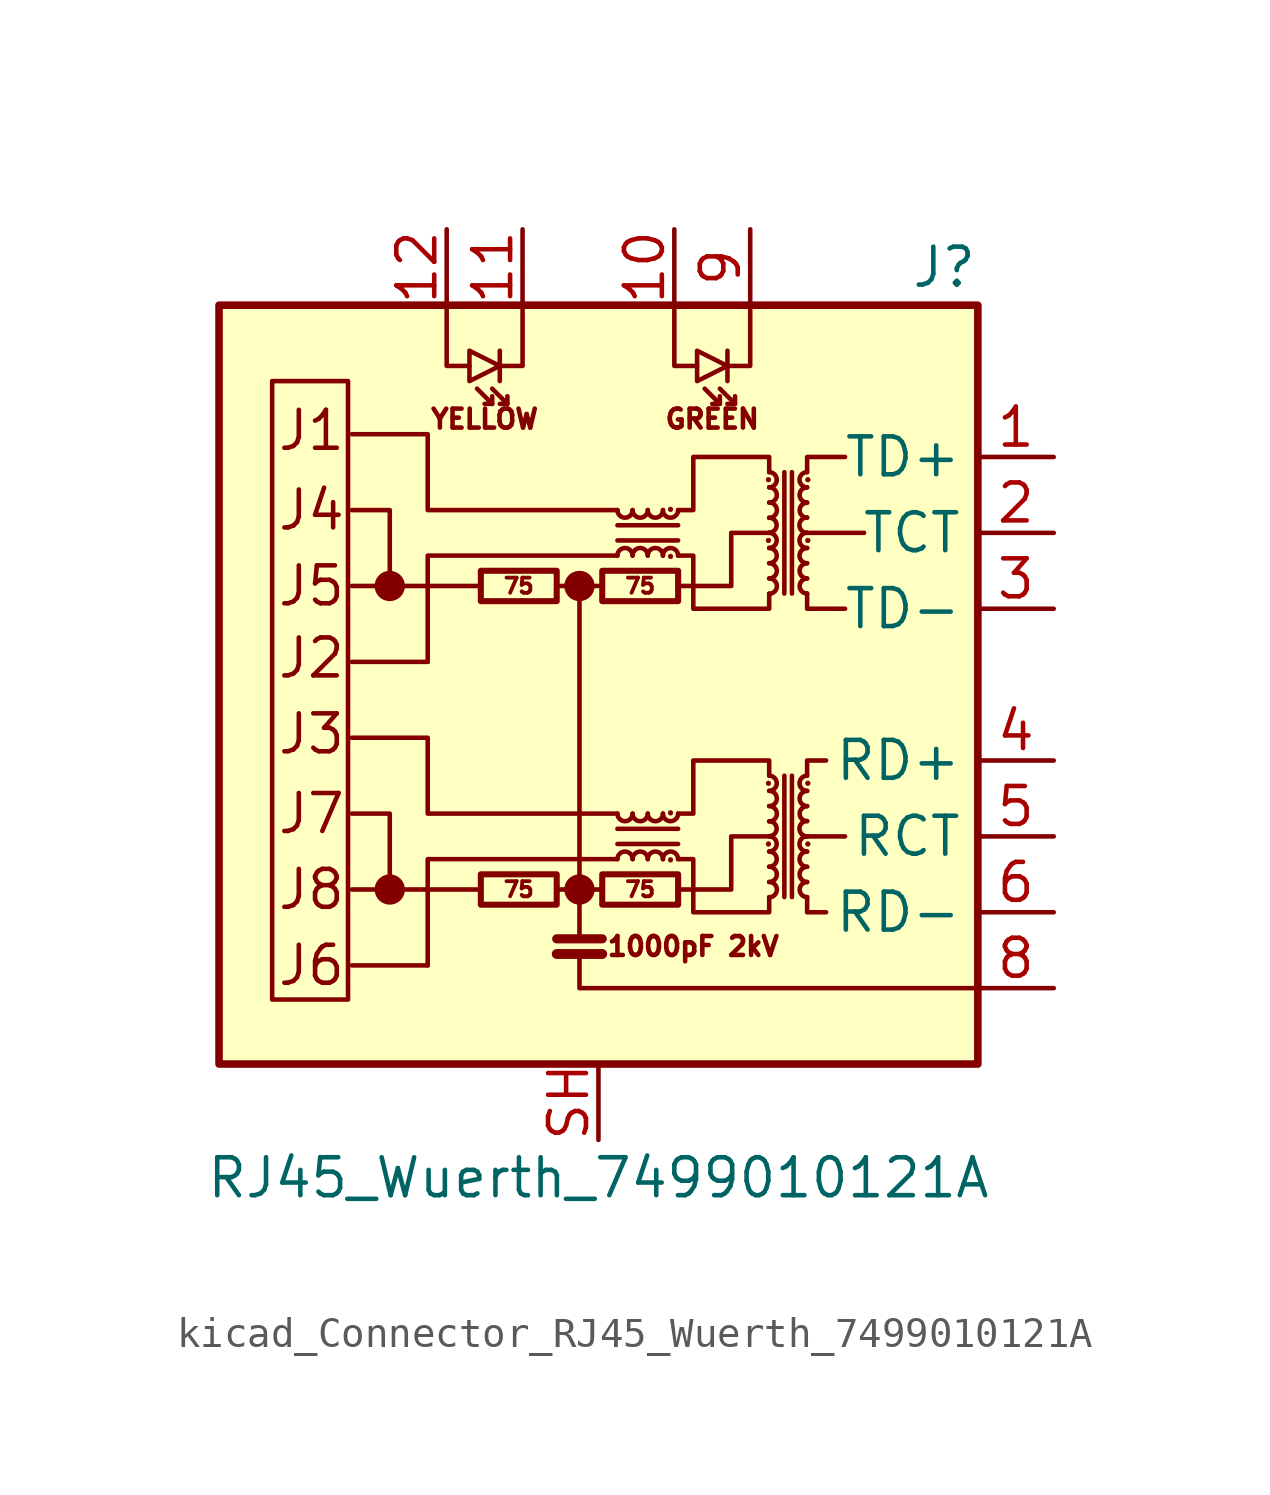
<source format=kicad_sym>
(kicad_symbol_lib
  (version 20220914)
  (generator kicad_symbol_editor)
  (symbol "kicad_Connector_RJ45_Wuerth_7499010121A"
    (property "Reference" "J"
      (at 12.7 13.97 0)
      (effects (font (size 1.27 1.27)) (justify right)))
    (property "Value" "RJ45_Wuerth_7499010121A"
      (at 0 -16.51 0)
      (effects (font (size 1.27 1.27))))
    (symbol "kicad_Connector_RJ45_Wuerth_7499010121A_0_0"
      (rectangle (start -12.7 12.7) (end 12.7 -12.7) (stroke (width 0.254) (type default)) (fill (type background)))
      (circle (center -6.985 -6.858) (radius 0.0001) (stroke (width 0.508) (type default)) (fill (type none)))
      (circle (center -6.985 3.302) (radius 0.0001) (stroke (width 0.508) (type default)) (fill (type none)))
      (circle (center -0.635 -6.858) (radius 0.0001) (stroke (width 0.508) (type default)) (fill (type none)))
      (circle (center -0.635 3.302) (radius 0.0001) (stroke (width 0.508) (type default)) (fill (type none)))
      (polyline (pts (xy -3.937 -6.858) (xy -8.255 -6.858)) (stroke (width 0) (type default)) (fill (type none)))
      (polyline (pts (xy -3.937 3.302) (xy -8.255 3.302)) (stroke (width 0) (type default)) (fill (type none)))
      (polyline (pts (xy 8.255 -5.08) (xy 6.985 -5.08)) (stroke (width 0) (type default)) (fill (type none)))
      (polyline (pts (xy 8.89 5.08) (xy 6.985 5.08)) (stroke (width 0) (type default)) (fill (type none)))
      (polyline (pts (xy -0.635 -9.017) (xy -0.635 -10.16) (xy 12.7 -10.16)) (stroke (width 0) (type default)) (fill (type none)))
      (polyline (pts (xy 0.635 -4.318) (xy -5.715 -4.318) (xy -5.715 -1.778) (xy -8.255 -1.778)) (stroke (width 0) (type default)) (fill (type none)))
      (polyline (pts (xy 0.635 5.842) (xy -5.715 5.842) (xy -5.715 8.382) (xy -8.255 8.382)) (stroke (width 0) (type default)) (fill (type none)))
      (polyline (pts (xy 2.667 -6.858) (xy 4.445 -6.858) (xy 4.445 -5.08) (xy 5.715 -5.08)) (stroke (width 0) (type default)) (fill (type none)))
      (polyline (pts (xy 2.667 3.302) (xy 4.445 3.302) (xy 4.445 5.08) (xy 5.715 5.08)) (stroke (width 0) (type default)) (fill (type none)))
      (text "1000pF 2kV" (at 3.175 -8.763 0) (effects (font (size 0.635 0.635))))
      (text "GREEN" (at 3.81 8.89 0) (effects (font (size 0.635 0.635))))
      (text "J1" (at -10.795 8.509 0) (effects (font (size 1.27 1.27)) (justify left)))
      (text "J2" (at -10.795 0.889 0) (effects (font (size 1.27 1.27)) (justify left)))
      (text "J3" (at -10.795 -1.651 0) (effects (font (size 1.27 1.27)) (justify left)))
      (text "J4" (at -10.795 5.842 0) (effects (font (size 1.27 1.27)) (justify left)))
      (text "J5" (at -10.795 3.302 0) (effects (font (size 1.27 1.27)) (justify left)))
      (text "J6" (at -10.795 -9.398 0) (effects (font (size 1.27 1.27)) (justify left)))
      (text "J7" (at -10.795 -4.318 0) (effects (font (size 1.27 1.27)) (justify left)))
      (text "J8" (at -10.795 -6.858 0) (effects (font (size 1.27 1.27)) (justify left)))
      (text "YELLOW" (at -3.81 8.89 0) (effects (font (size 0.635 0.635)))))
    (symbol "kicad_Connector_RJ45_Wuerth_7499010121A_0_1"
      (rectangle (start -8.382 -10.541) (end -10.922 10.16) (stroke (width 0) (type default)) (fill (type none)))
      (rectangle (start -3.937 -7.366) (end -1.397 -6.35) (stroke (width 0.203) (type default)) (fill (type none)))
      (rectangle (start -3.937 2.794) (end -1.397 3.81) (stroke (width 0.203) (type default)) (fill (type none)))
      (polyline (pts (xy -5.715 -9.398) (xy -8.255 -9.398)) (stroke (width 0) (type default)) (fill (type none)))
      (polyline (pts (xy -5.715 0.762) (xy -8.255 0.762)) (stroke (width 0) (type default)) (fill (type none)))
      (polyline (pts (xy -3.556 9.398) (xy -4.064 9.906)) (stroke (width 0) (type default)) (fill (type none)))
      (polyline (pts (xy -3.302 11.176) (xy -3.302 10.16)) (stroke (width 0) (type default)) (fill (type none)))
      (polyline (pts (xy -3.048 9.398) (xy -3.556 9.906)) (stroke (width 0) (type default)) (fill (type none)))
      (polyline (pts (xy -1.397 -9.017) (xy 0.127 -9.017)) (stroke (width 0.33) (type default)) (fill (type none)))
      (polyline (pts (xy -1.397 -8.509) (xy 0.127 -8.509)) (stroke (width 0.305) (type default)) (fill (type none)))
      (polyline (pts (xy -0.635 3.302) (xy -1.397 3.302)) (stroke (width 0) (type default)) (fill (type none)))
      (polyline (pts (xy 0.127 -6.858) (xy -1.397 -6.858)) (stroke (width 0) (type default)) (fill (type none)))
      (polyline (pts (xy 0.635 -5.334) (xy 2.667 -5.334)) (stroke (width 0) (type default)) (fill (type none)))
      (polyline (pts (xy 0.635 4.826) (xy 2.667 4.826)) (stroke (width 0) (type default)) (fill (type none)))
      (polyline (pts (xy 2.667 -4.826) (xy 0.635 -4.826)) (stroke (width 0) (type default)) (fill (type none)))
      (polyline (pts (xy 2.667 5.334) (xy 0.635 5.334)) (stroke (width 0) (type default)) (fill (type none)))
      (polyline (pts (xy 4.064 9.398) (xy 3.556 9.906)) (stroke (width 0) (type default)) (fill (type none)))
      (polyline (pts (xy 4.318 11.176) (xy 4.318 10.16)) (stroke (width 0) (type default)) (fill (type none)))
      (polyline (pts (xy 4.572 9.398) (xy 4.064 9.906)) (stroke (width 0) (type default)) (fill (type none)))
      (polyline (pts (xy 6.223 -3.048) (xy 6.223 -7.112)) (stroke (width 0) (type default)) (fill (type none)))
      (polyline (pts (xy 6.223 7.112) (xy 6.223 3.048)) (stroke (width 0) (type default)) (fill (type none)))
      (polyline (pts (xy 6.477 -7.112) (xy 6.477 -3.048)) (stroke (width 0) (type default)) (fill (type none)))
      (polyline (pts (xy 6.477 3.048) (xy 6.477 7.112)) (stroke (width 0) (type default)) (fill (type none)))
      (polyline (pts (xy -6.985 -6.858) (xy -6.985 -4.318) (xy -8.255 -4.318)) (stroke (width 0) (type default)) (fill (type none)))
      (polyline (pts (xy -6.985 3.302) (xy -6.985 5.842) (xy -8.255 5.842)) (stroke (width 0) (type default)) (fill (type none)))
      (polyline (pts (xy -5.08 12.7) (xy -5.08 10.668) (xy -4.318 10.668)) (stroke (width 0) (type default)) (fill (type none)))
      (polyline (pts (xy -3.556 9.652) (xy -3.556 9.398) (xy -3.81 9.398)) (stroke (width 0) (type default)) (fill (type none)))
      (polyline (pts (xy -3.048 9.652) (xy -3.048 9.398) (xy -3.302 9.398)) (stroke (width 0) (type default)) (fill (type none)))
      (polyline (pts (xy -2.54 12.7) (xy -2.54 10.668) (xy -3.302 10.668)) (stroke (width 0) (type default)) (fill (type none)))
      (polyline (pts (xy -0.635 -8.509) (xy -0.635 3.302) (xy 0 3.302)) (stroke (width 0) (type default)) (fill (type none)))
      (polyline (pts (xy 0.635 -5.842) (xy -5.715 -5.842) (xy -5.715 -9.398)) (stroke (width 0) (type default)) (fill (type none)))
      (polyline (pts (xy 0.635 4.318) (xy -5.715 4.318) (xy -5.715 0.762)) (stroke (width 0) (type default)) (fill (type none)))
      (polyline (pts (xy 2.54 12.7) (xy 2.54 10.668) (xy 3.302 10.668)) (stroke (width 0) (type default)) (fill (type none)))
      (polyline (pts (xy 4.064 9.652) (xy 4.064 9.398) (xy 3.81 9.398)) (stroke (width 0) (type default)) (fill (type none)))
      (polyline (pts (xy 4.572 9.652) (xy 4.572 9.398) (xy 4.318 9.398)) (stroke (width 0) (type default)) (fill (type none)))
      (polyline (pts (xy 5.08 12.7) (xy 5.08 10.668) (xy 4.318 10.668)) (stroke (width 0) (type default)) (fill (type none)))
      (polyline (pts (xy 6.985 -7.112) (xy 6.985 -7.62) (xy 7.62 -7.62)) (stroke (width 0) (type default)) (fill (type none)))
      (polyline (pts (xy 6.985 -3.048) (xy 6.985 -2.54) (xy 7.62 -2.54)) (stroke (width 0) (type default)) (fill (type none)))
      (polyline (pts (xy 6.985 3.048) (xy 6.985 2.54) (xy 8.255 2.54)) (stroke (width 0) (type default)) (fill (type none)))
      (polyline (pts (xy 6.985 7.112) (xy 6.985 7.62) (xy 8.255 7.62)) (stroke (width 0) (type default)) (fill (type none)))
      (polyline (pts (xy -3.302 10.668) (xy -4.318 11.176) (xy -4.318 10.16) (xy -3.302 10.668)) (stroke (width 0) (type default)) (fill (type none)))
      (polyline (pts (xy 4.318 10.668) (xy 3.302 11.176) (xy 3.302 10.16) (xy 4.318 10.668)) (stroke (width 0) (type default)) (fill (type none)))
      (polyline (pts (xy 2.667 -4.318) (xy 3.175 -4.318) (xy 3.175 -2.54) (xy 5.715 -2.54) (xy 5.715 -3.048)) (stroke (width 0) (type default)) (fill (type none)))
      (polyline (pts (xy 2.667 5.842) (xy 3.175 5.842) (xy 3.175 7.62) (xy 5.715 7.62) (xy 5.715 7.112)) (stroke (width 0) (type default)) (fill (type none)))
      (polyline (pts (xy 5.715 -7.112) (xy 5.715 -7.62) (xy 3.175 -7.62) (xy 3.175 -5.842) (xy 2.667 -5.842)) (stroke (width 0) (type default)) (fill (type none)))
      (polyline (pts (xy 5.715 3.048) (xy 5.715 2.54) (xy 3.175 2.54) (xy 3.175 4.318) (xy 2.667 4.318)) (stroke (width 0) (type default)) (fill (type none)))
      (rectangle (start 0.127 -7.366) (end 2.667 -6.35) (stroke (width 0.203) (type default)) (fill (type none)))
      (rectangle (start 0.127 2.794) (end 2.667 3.81) (stroke (width 0.203) (type default)) (fill (type none)))
      (arc (start 0.635 -4.318) (mid 0.889 -4.5709) (end 1.143 -4.318) (stroke (width 0) (type default)) (fill (type none)))
      (arc (start 0.635 5.842) (mid 0.889 5.5891) (end 1.143 5.842) (stroke (width 0) (type default)) (fill (type none)))
      (arc (start 1.143 -5.842) (mid 0.889 -5.5891) (end 0.635 -5.842) (stroke (width 0) (type default)) (fill (type none)))
      (arc (start 1.143 -4.318) (mid 1.397 -4.5709) (end 1.651 -4.318) (stroke (width 0) (type default)) (fill (type none)))
      (arc (start 1.143 4.318) (mid 0.889 4.5709) (end 0.635 4.318) (stroke (width 0) (type default)) (fill (type none)))
      (arc (start 1.143 5.842) (mid 1.397 5.5891) (end 1.651 5.842) (stroke (width 0) (type default)) (fill (type none)))
      (arc (start 1.651 -5.842) (mid 1.397 -5.5891) (end 1.143 -5.842) (stroke (width 0) (type default)) (fill (type none)))
      (arc (start 1.651 -4.318) (mid 1.905 -4.5709) (end 2.159 -4.318) (stroke (width 0) (type default)) (fill (type none)))
      (arc (start 1.651 4.318) (mid 1.397 4.5709) (end 1.143 4.318) (stroke (width 0) (type default)) (fill (type none)))
      (arc (start 1.651 5.842) (mid 1.905 5.5891) (end 2.159 5.842) (stroke (width 0) (type default)) (fill (type none)))
      (arc (start 2.159 -5.842) (mid 1.905 -5.5891) (end 1.651 -5.842) (stroke (width 0) (type default)) (fill (type none)))
      (arc (start 2.159 -4.318) (mid 2.413 -4.5709) (end 2.667 -4.318) (stroke (width 0) (type default)) (fill (type none)))
      (arc (start 2.159 4.318) (mid 1.905 4.5709) (end 1.651 4.318) (stroke (width 0) (type default)) (fill (type none)))
      (arc (start 2.159 5.842) (mid 2.413 5.5891) (end 2.667 5.842) (stroke (width 0) (type default)) (fill (type none)))
      (circle (center 2.413 -5.867) (radius 0.076) (stroke (width 0.025) (type default)) (fill (type outline)))
      (circle (center 2.413 -4.293) (radius 0.076) (stroke (width 0.025) (type default)) (fill (type outline)))
      (circle (center 2.413 4.293) (radius 0.076) (stroke (width 0.025) (type default)) (fill (type outline)))
      (circle (center 2.413 5.867) (radius 0.076) (stroke (width 0.025) (type default)) (fill (type outline)))
      (arc (start 2.667 -5.842) (mid 2.413 -5.5891) (end 2.159 -5.842) (stroke (width 0) (type default)) (fill (type none)))
      (arc (start 2.667 4.318) (mid 2.413 4.5709) (end 2.159 4.318) (stroke (width 0) (type default)) (fill (type none)))
      (circle (center 5.69 -5.334) (radius 0.076) (stroke (width 0.025) (type default)) (fill (type outline)))
      (circle (center 5.69 -3.302) (radius 0.076) (stroke (width 0.025) (type default)) (fill (type outline)))
      (circle (center 5.69 4.826) (radius 0.076) (stroke (width 0.025) (type default)) (fill (type outline)))
      (circle (center 5.69 6.858) (radius 0.076) (stroke (width 0.025) (type default)) (fill (type outline)))
      (arc (start 5.715 -7.112) (mid 5.9679 -6.858) (end 5.715 -6.604) (stroke (width 0) (type default)) (fill (type none)))
      (arc (start 5.715 -6.604) (mid 5.9679 -6.35) (end 5.715 -6.096) (stroke (width 0) (type default)) (fill (type none)))
      (arc (start 5.715 -6.096) (mid 5.9679 -5.842) (end 5.715 -5.588) (stroke (width 0) (type default)) (fill (type none)))
      (arc (start 5.715 -5.588) (mid 5.9679 -5.334) (end 5.715 -5.08) (stroke (width 0) (type default)) (fill (type none)))
      (arc (start 5.715 -5.08) (mid 5.9679 -4.826) (end 5.715 -4.572) (stroke (width 0) (type default)) (fill (type none)))
      (arc (start 5.715 -4.572) (mid 5.9679 -4.318) (end 5.715 -4.064) (stroke (width 0) (type default)) (fill (type none)))
      (arc (start 5.715 -4.064) (mid 5.9679 -3.81) (end 5.715 -3.556) (stroke (width 0) (type default)) (fill (type none)))
      (arc (start 5.715 -3.556) (mid 5.9679 -3.302) (end 5.715 -3.048) (stroke (width 0) (type default)) (fill (type none)))
      (arc (start 5.715 3.048) (mid 5.9679 3.302) (end 5.715 3.556) (stroke (width 0) (type default)) (fill (type none)))
      (arc (start 5.715 3.556) (mid 5.9679 3.81) (end 5.715 4.064) (stroke (width 0) (type default)) (fill (type none)))
      (arc (start 5.715 4.064) (mid 5.9679 4.318) (end 5.715 4.572) (stroke (width 0) (type default)) (fill (type none)))
      (arc (start 5.715 4.572) (mid 5.9679 4.826) (end 5.715 5.08) (stroke (width 0) (type default)) (fill (type none)))
      (arc (start 5.715 5.08) (mid 5.9679 5.334) (end 5.715 5.588) (stroke (width 0) (type default)) (fill (type none)))
      (arc (start 5.715 5.588) (mid 5.9679 5.842) (end 5.715 6.096) (stroke (width 0) (type default)) (fill (type none)))
      (arc (start 5.715 6.096) (mid 5.9679 6.35) (end 5.715 6.604) (stroke (width 0) (type default)) (fill (type none)))
      (arc (start 5.715 6.604) (mid 5.9679 6.858) (end 5.715 7.112) (stroke (width 0) (type default)) (fill (type none)))
      (arc (start 6.985 -6.604) (mid 6.7321 -6.858) (end 6.985 -7.112) (stroke (width 0) (type default)) (fill (type none)))
      (arc (start 6.985 -6.096) (mid 6.7321 -6.35) (end 6.985 -6.604) (stroke (width 0) (type default)) (fill (type none)))
      (arc (start 6.985 -5.588) (mid 6.7321 -5.842) (end 6.985 -6.096) (stroke (width 0) (type default)) (fill (type none)))
      (arc (start 6.985 -5.08) (mid 6.7321 -5.334) (end 6.985 -5.588) (stroke (width 0) (type default)) (fill (type none)))
      (arc (start 6.985 -4.572) (mid 6.7321 -4.826) (end 6.985 -5.08) (stroke (width 0) (type default)) (fill (type none)))
      (arc (start 6.985 -4.064) (mid 6.7321 -4.318) (end 6.985 -4.572) (stroke (width 0) (type default)) (fill (type none)))
      (arc (start 6.985 -3.556) (mid 6.7321 -3.81) (end 6.985 -4.064) (stroke (width 0) (type default)) (fill (type none)))
      (arc (start 6.985 -3.048) (mid 6.7321 -3.302) (end 6.985 -3.556) (stroke (width 0) (type default)) (fill (type none)))
      (arc (start 6.985 3.556) (mid 6.7321 3.302) (end 6.985 3.048) (stroke (width 0) (type default)) (fill (type none)))
      (arc (start 6.985 4.064) (mid 6.7321 3.81) (end 6.985 3.556) (stroke (width 0) (type default)) (fill (type none)))
      (arc (start 6.985 4.572) (mid 6.7321 4.318) (end 6.985 4.064) (stroke (width 0) (type default)) (fill (type none)))
      (arc (start 6.985 5.08) (mid 6.7321 4.826) (end 6.985 4.572) (stroke (width 0) (type default)) (fill (type none)))
      (arc (start 6.985 5.588) (mid 6.7321 5.334) (end 6.985 5.08) (stroke (width 0) (type default)) (fill (type none)))
      (arc (start 6.985 6.096) (mid 6.7321 5.842) (end 6.985 5.588) (stroke (width 0) (type default)) (fill (type none)))
      (arc (start 6.985 6.604) (mid 6.7321 6.35) (end 6.985 6.096) (stroke (width 0) (type default)) (fill (type none)))
      (arc (start 6.985 7.112) (mid 6.7321 6.858) (end 6.985 6.604) (stroke (width 0) (type default)) (fill (type none)))
      (circle (center 7.01 -5.334) (radius 0.076) (stroke (width 0.025) (type default)) (fill (type outline)))
      (circle (center 7.01 -3.302) (radius 0.076) (stroke (width 0.025) (type default)) (fill (type outline)))
      (circle (center 7.01 4.826) (radius 0.076) (stroke (width 0.025) (type default)) (fill (type outline)))
      (circle (center 7.01 6.858) (radius 0.076) (stroke (width 0.025) (type default)) (fill (type outline))))
    (symbol "kicad_Connector_RJ45_Wuerth_7499010121A_1_0"
      (text "75" (at -2.667 -6.858 0) (effects (font (size 0.508 0.508))))
      (text "75" (at -2.667 3.302 0) (effects (font (size 0.508 0.508))))
      (text "75" (at 1.397 -6.858 0) (effects (font (size 0.508 0.508))))
      (text "75" (at 1.397 3.302 0) (effects (font (size 0.508 0.508)))))
    (symbol "kicad_Connector_RJ45_Wuerth_7499010121A_1_1"
      (pin passive line (at 15.24 7.62 180) (length 2.54) (name "TD+" (effects (font (size 1.27 1.27)))) (number "1" (effects (font (size 1.27 1.27)))))
      (pin passive line (at 2.54 15.24 270) (length 2.54) (name "~" (effects (font (size 1.27 1.27)))) (number "10" (effects (font (size 1.27 1.27)))))
      (pin passive line (at -2.54 15.24 270) (length 2.54) (name "~" (effects (font (size 1.27 1.27)))) (number "11" (effects (font (size 1.27 1.27)))))
      (pin passive line (at -5.08 15.24 270) (length 2.54) (name "~" (effects (font (size 1.27 1.27)))) (number "12" (effects (font (size 1.27 1.27)))))
      (pin passive line (at 15.24 5.08 180) (length 2.54) (name "TCT" (effects (font (size 1.27 1.27)))) (number "2" (effects (font (size 1.27 1.27)))))
      (pin passive line (at 15.24 2.54 180) (length 2.54) (name "TD-" (effects (font (size 1.27 1.27)))) (number "3" (effects (font (size 1.27 1.27)))))
      (pin passive line (at 15.24 -2.54 180) (length 2.54) (name "RD+" (effects (font (size 1.27 1.27)))) (number "4" (effects (font (size 1.27 1.27)))))
      (pin passive line (at 15.24 -5.08 180) (length 2.54) (name "RCT" (effects (font (size 1.27 1.27)))) (number "5" (effects (font (size 1.27 1.27)))))
      (pin passive line (at 15.24 -7.62 180) (length 2.54) (name "RD-" (effects (font (size 1.27 1.27)))) (number "6" (effects (font (size 1.27 1.27)))))
      (pin passive line (at 15.24 -10.16 180) (length 2.54) (name "~" (effects (font (size 1.27 1.27)))) (number "8" (effects (font (size 1.27 1.27)))))
      (pin passive line (at 5.08 15.24 270) (length 2.54) (name "~" (effects (font (size 1.27 1.27)))) (number "9" (effects (font (size 1.27 1.27)))))
      (pin passive line (at 0 -15.24 90) (length 2.54) (name "~" (effects (font (size 1.27 1.27)))) (number "SH" (effects (font (size 1.27 1.27))))))))
</source>
